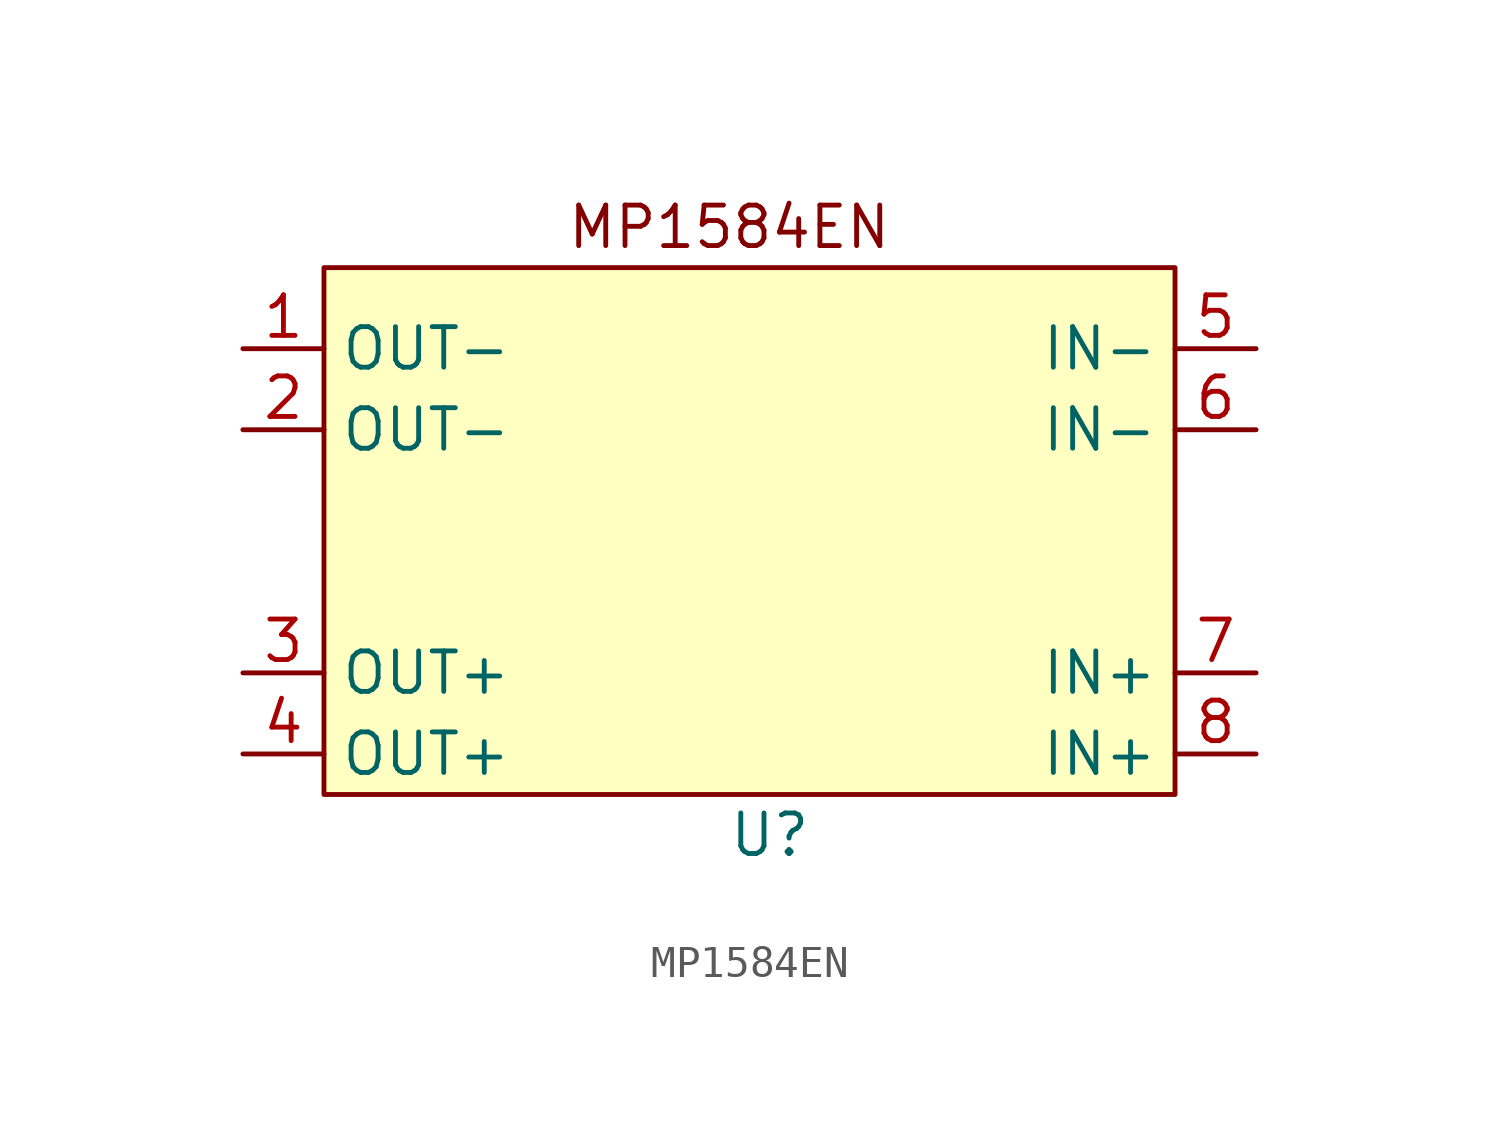
<source format=kicad_sym>
(kicad_symbol_lib
  (version 20231120)
  (generator "kicad_symbol_editor")
  (generator_version "8.0")
  (symbol "MP1584EN"
    (property "Reference" "U"
      (at 0 -1.27 0)
      (effects (font (size 1.27 1.27))))
    (property "Value" ""
      (at 0 0 0)
      (effects (font (size 1.27 1.27))))
    (symbol "MP1584EN_1_1"
      (rectangle (start -13.97 16.51) (end 12.7 0) (stroke (width 0) (type default)) (fill (type background)))
      (text "MP1584EN" (at -1.27 17.78 0) (effects (font (size 1.27 1.27))))
      (pin input line (at -16.51 13.97 0) (length 2.54) (name "OUT-" (effects (font (size 1.27 1.27)))) (number "1" (effects (font (size 1.27 1.27)))))
      (pin input line (at -16.51 11.43 0) (length 2.54) (name "OUT-" (effects (font (size 1.27 1.27)))) (number "2" (effects (font (size 1.27 1.27)))))
      (pin power_out line (at -16.51 3.81 0) (length 2.54) (name "OUT+" (effects (font (size 1.27 1.27)))) (number "3" (effects (font (size 1.27 1.27)))))
      (pin power_out line (at -16.51 1.27 0) (length 2.54) (name "OUT+" (effects (font (size 1.27 1.27)))) (number "4" (effects (font (size 1.27 1.27)))))
      (pin power_in line (at 15.24 13.97 180) (length 2.54) (name "IN-" (effects (font (size 1.27 1.27)))) (number "5" (effects (font (size 1.27 1.27)))))
      (pin power_in line (at 15.24 11.43 180) (length 2.54) (name "IN-" (effects (font (size 1.27 1.27)))) (number "6" (effects (font (size 1.27 1.27)))))
      (pin power_in line (at 15.24 3.81 180) (length 2.54) (name "IN+" (effects (font (size 1.27 1.27)))) (number "7" (effects (font (size 1.27 1.27)))))
      (pin power_in line (at 15.24 1.27 180) (length 2.54) (name "IN+" (effects (font (size 1.27 1.27)))) (number "8" (effects (font (size 1.27 1.27))))))))
</source>
